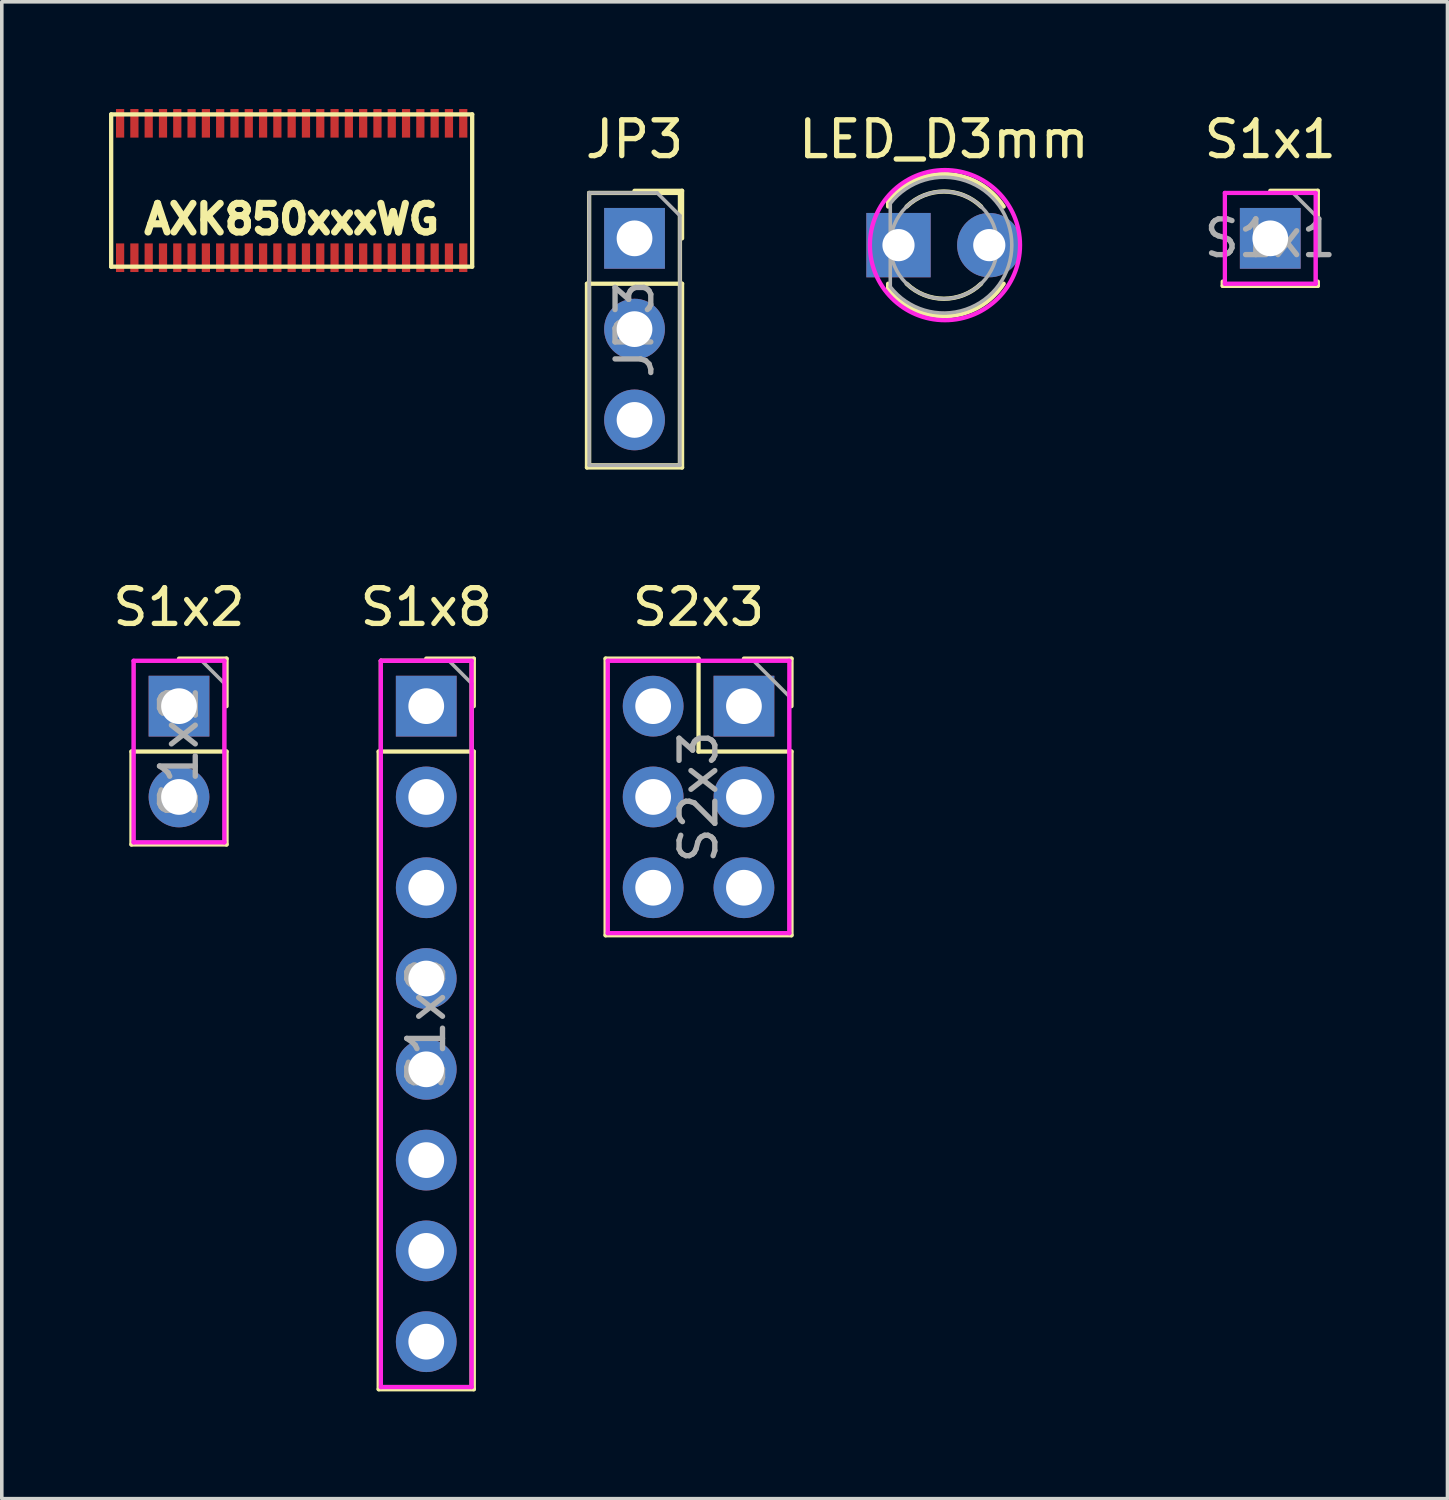
<source format=kicad_pcb>
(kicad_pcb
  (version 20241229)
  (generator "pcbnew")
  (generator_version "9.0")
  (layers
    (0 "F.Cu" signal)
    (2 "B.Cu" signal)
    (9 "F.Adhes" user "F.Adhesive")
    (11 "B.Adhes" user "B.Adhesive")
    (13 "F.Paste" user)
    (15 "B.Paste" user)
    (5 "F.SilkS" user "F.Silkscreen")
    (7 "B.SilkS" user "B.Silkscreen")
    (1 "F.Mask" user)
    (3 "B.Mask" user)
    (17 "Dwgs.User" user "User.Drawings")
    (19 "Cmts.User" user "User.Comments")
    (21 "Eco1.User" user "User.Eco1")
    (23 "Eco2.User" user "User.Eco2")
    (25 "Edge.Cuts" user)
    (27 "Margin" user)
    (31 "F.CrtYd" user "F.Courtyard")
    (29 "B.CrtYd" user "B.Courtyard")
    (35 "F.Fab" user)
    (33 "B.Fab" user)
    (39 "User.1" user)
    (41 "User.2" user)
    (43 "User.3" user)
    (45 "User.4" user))
  (footprint "LED_D3mm"
    (layer "F.Cu")
    (at 22.087 3.808)
    (property "Reference" "LED_D3mm" (at 1.27 -2.96 0) (layer "F.SilkS") (effects (font (size 1 1) (thickness 0.15))))
    (attr through_hole)
    (fp_line (start -0.29 -1.236) (end -0.29 -1.08) (stroke (width 0.12) (type solid)) (layer "F.SilkS"))
    (fp_line (start -0.29 1.08) (end -0.29 1.236) (stroke (width 0.12) (type solid)) (layer "F.SilkS"))
    (fp_arc (start -0.29 -1.235516) (mid 1.366487 -1.987659) (end 2.942335 -1.078608) (stroke (width 0.12) (type solid)) (layer "F.SilkS"))
    (fp_arc (start 0.229039 -1.08) (mid 1.270117 -1.5) (end 2.31113 -1.079837) (stroke (width 0.12) (type solid)) (layer "F.SilkS"))
    (fp_arc (start 2.31113 1.079837) (mid 1.270117 1.5) (end 0.229039 1.08) (stroke (width 0.12) (type solid)) (layer "F.SilkS"))
    (fp_arc (start 2.942335 1.078608) (mid 1.366487 1.987659) (end -0.29 1.235516) (stroke (width 0.12) (type solid)) (layer "F.SilkS"))
    (fp_circle (center 1.3 0) (end 1.3 -2.1) (stroke (width 0.12) (type solid)) (fill no) (layer "F.CrtYd"))
    (fp_line (start -0.23 -1.166) (end -0.23 1.166) (stroke (width 0.1) (type solid)) (layer "F.Fab"))
    (fp_arc (start -0.23 -1.16619) (mid 3.17 0.000452) (end -0.230555 1.165476) (stroke (width 0.1) (type solid)) (layer "F.Fab"))
    (fp_circle (center 1.27 0) (end 2.77 0) (stroke (width 0.1) (type solid)) (fill no) (layer "F.Fab"))
    (pad "1" thru_hole rect (at 0 0) (size 1.8 1.8) (drill 0.9) (layers "*.Cu" "*.Mask"))
    (pad "2" thru_hole circle (at 2.54 0) (size 1.8 1.8) (drill 0.9) (layers "*.Cu" "*.Mask")))
  (footprint "S1x8"
    (layer "F.Cu")
    (at 8.875 16.706)
    (property "Reference" "S1x8" (at 0 -2.77 0) (layer "F.SilkS") (effects (font (size 1 1) (thickness 0.15))))
    (attr through_hole)
    (fp_line (start -1.33 1.27) (end -1.33 19.11) (stroke (width 0.12) (type solid)) (layer "F.SilkS"))
    (fp_line (start -1.33 1.27) (end 1.33 1.27) (stroke (width 0.12) (type solid)) (layer "F.SilkS"))
    (fp_line (start -1.33 19.11) (end 1.33 19.11) (stroke (width 0.12) (type solid)) (layer "F.SilkS"))
    (fp_line (start -1.27 -1.27) (end 1.27 -1.27) (stroke (width 0.12) (type solid)) (layer "F.SilkS"))
    (fp_line (start -1.27 19.05) (end -1.27 -1.27) (stroke (width 0.12) (type solid)) (layer "F.SilkS"))
    (fp_line (start 0 -1.33) (end 1.33 -1.33) (stroke (width 0.12) (type solid)) (layer "F.SilkS"))
    (fp_line (start 1.27 -1.27) (end 1.27 19.05) (stroke (width 0.12) (type solid)) (layer "F.SilkS"))
    (fp_line (start 1.27 19.05) (end -1.27 19.05) (stroke (width 0.12) (type solid)) (layer "F.SilkS"))
    (fp_line (start 1.33 -1.33) (end 1.33 0) (stroke (width 0.12) (type solid)) (layer "F.SilkS"))
    (fp_line (start 1.33 1.27) (end 1.33 19.11) (stroke (width 0.12) (type solid)) (layer "F.SilkS"))
    (fp_line (start -1.27 -1.27) (end 1.27 -1.27) (stroke (width 0.12) (type solid)) (layer "F.CrtYd"))
    (fp_line (start -1.27 19.05) (end -1.27 -1.27) (stroke (width 0.12) (type solid)) (layer "F.CrtYd"))
    (fp_line (start 1.27 -1.27) (end 1.27 19.05) (stroke (width 0.12) (type solid)) (layer "F.CrtYd"))
    (fp_line (start 1.27 19.05) (end -1.27 19.05) (stroke (width 0.12) (type solid)) (layer "F.CrtYd"))
    (fp_line (start -1.27 -1.27) (end 0.635 -1.27) (stroke (width 0.1) (type solid)) (layer "F.Fab"))
    (fp_line (start -1.27 19.05) (end -1.27 -1.27) (stroke (width 0.1) (type solid)) (layer "F.Fab"))
    (fp_line (start 0.635 -1.27) (end 1.27 -0.635) (stroke (width 0.1) (type solid)) (layer "F.Fab"))
    (fp_line (start 1.27 -0.635) (end 1.27 19.05) (stroke (width 0.1) (type solid)) (layer "F.Fab"))
    (fp_line (start 1.27 19.05) (end -1.27 19.05) (stroke (width 0.1) (type solid)) (layer "F.Fab"))
    (fp_text user "${REFERENCE}" (at 0 8.89 90) (layer "F.Fab") (effects (font (size 1 1) (thickness 0.15))))
    (pad "1" thru_hole rect (at 0 0) (size 1.7 1.7) (drill 1) (layers "*.Cu" "*.Mask"))
    (pad "2" thru_hole oval (at 0 2.54) (size 1.7 1.7) (drill 1) (layers "*.Cu" "*.Mask"))
    (pad "3" thru_hole oval (at 0 5.08) (size 1.7 1.7) (drill 1) (layers "*.Cu" "*.Mask"))
    (pad "4" thru_hole oval (at 0 7.62) (size 1.7 1.7) (drill 1) (layers "*.Cu" "*.Mask"))
    (pad "5" thru_hole oval (at 0 10.16) (size 1.7 1.7) (drill 1) (layers "*.Cu" "*.Mask"))
    (pad "6" thru_hole oval (at 0 12.7) (size 1.7 1.7) (drill 1) (layers "*.Cu" "*.Mask"))
    (pad "7" thru_hole oval (at 0 15.24) (size 1.7 1.7) (drill 1) (layers "*.Cu" "*.Mask"))
    (pad "8" thru_hole oval (at 0 17.78) (size 1.7 1.7) (drill 1) (layers "*.Cu" "*.Mask")))
  (footprint "S1x1"
    (layer "F.Cu")
    (at 32.488 3.618)
    (property "Reference" "S1x1" (at 0 -2.77 0) (layer "F.SilkS") (effects (font (size 1 1) (thickness 0.15))))
    (attr through_hole)
    (fp_line (start -1.33 1.21) (end -1.33 1.33) (stroke (width 0.12) (type solid)) (layer "F.SilkS"))
    (fp_line (start -1.33 1.33) (end 1.33 1.33) (stroke (width 0.12) (type solid)) (layer "F.SilkS"))
    (fp_line (start 0 -1.33) (end 1.33 -1.33) (stroke (width 0.12) (type solid)) (layer "F.SilkS"))
    (fp_line (start 1.33 -1.33) (end 1.33 0) (stroke (width 0.12) (type solid)) (layer "F.SilkS"))
    (fp_line (start 1.33 1.21) (end 1.33 1.33) (stroke (width 0.12) (type solid)) (layer "F.SilkS"))
    (fp_line (start -1.27 -1.27) (end 1.27 -1.27) (stroke (width 0.12) (type solid)) (layer "F.CrtYd"))
    (fp_line (start -1.27 1.27) (end -1.27 -1.27) (stroke (width 0.12) (type solid)) (layer "F.CrtYd"))
    (fp_line (start 1.27 -1.27) (end 1.27 1.27) (stroke (width 0.12) (type solid)) (layer "F.CrtYd"))
    (fp_line (start 1.27 1.27) (end -1.27 1.27) (stroke (width 0.12) (type solid)) (layer "F.CrtYd"))
    (fp_line (start -1.27 -1.27) (end 0.635 -1.27) (stroke (width 0.1) (type solid)) (layer "F.Fab"))
    (fp_line (start -1.27 1.27) (end -1.27 -1.27) (stroke (width 0.1) (type solid)) (layer "F.Fab"))
    (fp_line (start 0.635 -1.27) (end 1.27 -0.635) (stroke (width 0.1) (type solid)) (layer "F.Fab"))
    (fp_line (start 1.27 -0.635) (end 1.27 1.27) (stroke (width 0.1) (type solid)) (layer "F.Fab"))
    (fp_line (start 1.27 1.27) (end -1.27 1.27) (stroke (width 0.1) (type solid)) (layer "F.Fab"))
    (fp_text user "${REFERENCE}" (at 0 0 0) (layer "F.Fab") (effects (font (size 1 1) (thickness 0.15))))
    (pad "1" thru_hole rect (at 0 0) (size 1.7 1.7) (drill 1) (layers "*.Cu" "*.Mask")))
  (footprint "JP3"
    (layer "F.Cu")
    (at 14.702 3.618)
    (property "Reference" "JP3" (at 0 -2.77 0) (layer "F.SilkS") (effects (font (size 1 1) (thickness 0.15))))
    (attr through_hole)
    (fp_line (start -1.33 1.27) (end -1.33 6.41) (stroke (width 0.12) (type solid)) (layer "F.SilkS"))
    (fp_line (start -1.33 1.27) (end 1.33 1.27) (stroke (width 0.12) (type solid)) (layer "F.SilkS"))
    (fp_line (start -1.33 6.41) (end 1.33 6.41) (stroke (width 0.12) (type solid)) (layer "F.SilkS"))
    (fp_line (start -1.27 -1.27) (end 1.27 -1.27) (stroke (width 0.12) (type solid)) (layer "F.SilkS"))
    (fp_line (start -1.27 6.35) (end -1.27 -1.27) (stroke (width 0.12) (type solid)) (layer "F.SilkS"))
    (fp_line (start 0 -1.33) (end 1.33 -1.33) (stroke (width 0.12) (type solid)) (layer "F.SilkS"))
    (fp_line (start 1.27 -1.27) (end 1.27 6.35) (stroke (width 0.12) (type solid)) (layer "F.SilkS"))
    (fp_line (start 1.27 6.35) (end -1.27 6.35) (stroke (width 0.12) (type solid)) (layer "F.SilkS"))
    (fp_line (start 1.33 -1.33) (end 1.33 0) (stroke (width 0.12) (type solid)) (layer "F.SilkS"))
    (fp_line (start 1.33 1.27) (end 1.33 6.41) (stroke (width 0.12) (type solid)) (layer "F.SilkS"))
    (fp_line (start -1.27 -1.27) (end 0.635 -1.27) (stroke (width 0.1) (type solid)) (layer "F.Fab"))
    (fp_line (start -1.27 6.35) (end -1.27 -1.27) (stroke (width 0.1) (type solid)) (layer "F.Fab"))
    (fp_line (start 0.635 -1.27) (end 1.27 -0.635) (stroke (width 0.1) (type solid)) (layer "F.Fab"))
    (fp_line (start 1.27 -0.635) (end 1.27 6.35) (stroke (width 0.1) (type solid)) (layer "F.Fab"))
    (fp_line (start 1.27 6.35) (end -1.27 6.35) (stroke (width 0.1) (type solid)) (layer "F.Fab"))
    (fp_text user "${REFERENCE}" (at 0 2.54 90) (layer "F.Fab") (effects (font (size 1 1) (thickness 0.15))))
    (pad "1" thru_hole rect (at 0 0) (size 1.7 1.7) (drill 1) (layers "*.Cu" "*.Mask"))
    (pad "2" thru_hole oval (at 0 2.54) (size 1.7 1.7) (drill 1) (layers "*.Cu" "*.Mask"))
    (pad "3" thru_hole oval (at 0 5.08) (size 1.7 1.7) (drill 1) (layers "*.Cu" "*.Mask")))
  (footprint "S2x3"
    (layer "F.Cu")
    (at 17.763 16.706)
    (property "Reference" "S2x3" (at -1.27 -2.77 0) (layer "F.SilkS") (effects (font (size 1 1) (thickness 0.15))))
    (attr through_hole)
    (fp_line (start -3.87 -1.33) (end -3.87 6.41) (stroke (width 0.12) (type solid)) (layer "F.SilkS"))
    (fp_line (start -3.87 -1.33) (end -1.27 -1.33) (stroke (width 0.12) (type solid)) (layer "F.SilkS"))
    (fp_line (start -3.87 6.41) (end 1.33 6.41) (stroke (width 0.12) (type solid)) (layer "F.SilkS"))
    (fp_line (start -1.27 -1.33) (end -1.27 1.27) (stroke (width 0.12) (type solid)) (layer "F.SilkS"))
    (fp_line (start -1.27 1.27) (end 1.33 1.27) (stroke (width 0.12) (type solid)) (layer "F.SilkS"))
    (fp_line (start 0 -1.33) (end 1.33 -1.33) (stroke (width 0.12) (type solid)) (layer "F.SilkS"))
    (fp_line (start 1.33 -1.33) (end 1.33 0) (stroke (width 0.12) (type solid)) (layer "F.SilkS"))
    (fp_line (start 1.33 1.27) (end 1.33 6.41) (stroke (width 0.12) (type solid)) (layer "F.SilkS"))
    (fp_line (start -3.81 -1.27) (end 1.27 -1.27) (stroke (width 0.12) (type solid)) (layer "F.CrtYd"))
    (fp_line (start -3.81 6.35) (end -3.81 -1.27) (stroke (width 0.12) (type solid)) (layer "F.CrtYd"))
    (fp_line (start 1.27 -1.27) (end 1.27 6.35) (stroke (width 0.12) (type solid)) (layer "F.CrtYd"))
    (fp_line (start 1.27 6.35) (end -3.81 6.35) (stroke (width 0.12) (type solid)) (layer "F.CrtYd"))
    (fp_line (start -3.81 -1.27) (end 0.27 -1.27) (stroke (width 0.1) (type solid)) (layer "F.Fab"))
    (fp_line (start -3.81 6.35) (end -3.81 -1.27) (stroke (width 0.1) (type solid)) (layer "F.Fab"))
    (fp_line (start 0.27 -1.27) (end 1.27 -0.27) (stroke (width 0.1) (type solid)) (layer "F.Fab"))
    (fp_line (start 1.27 -0.27) (end 1.27 6.35) (stroke (width 0.1) (type solid)) (layer "F.Fab"))
    (fp_line (start 1.27 6.35) (end -3.81 6.35) (stroke (width 0.1) (type solid)) (layer "F.Fab"))
    (fp_text user "${REFERENCE}" (at -1.27 2.54 90) (layer "F.Fab") (effects (font (size 1 1) (thickness 0.15))))
    (pad "1" thru_hole rect (at 0 0) (size 1.7 1.7) (drill 1) (layers "*.Cu" "*.Mask"))
    (pad "2" thru_hole oval (at -2.54 0) (size 1.7 1.7) (drill 1) (layers "*.Cu" "*.Mask"))
    (pad "3" thru_hole oval (at 0 2.54) (size 1.7 1.7) (drill 1) (layers "*.Cu" "*.Mask"))
    (pad "4" thru_hole oval (at -2.54 2.54) (size 1.7 1.7) (drill 1) (layers "*.Cu" "*.Mask"))
    (pad "5" thru_hole oval (at 0 5.08) (size 1.7 1.7) (drill 1) (layers "*.Cu" "*.Mask"))
    (pad "6" thru_hole oval (at -2.54 5.08) (size 1.7 1.7) (drill 1) (layers "*.Cu" "*.Mask")))
  (footprint "AXK850xxxWG"
    (layer "F.Cu")
    (at 5.11 2.28)
    (property "Reference" "AXK850xxxWG" (at 0 0.8 0) (layer "F.SilkS") (effects (font (size 0.8 0.8) (thickness 0.2))))
    (attr through_hole)
    (fp_line (start -5.05 -2.13) (end -5.05 2.13) (stroke (width 0.12) (type solid)) (layer "F.SilkS"))
    (fp_line (start -5.05 2.13) (end 5.05 2.13) (stroke (width 0.12) (type solid)) (layer "F.SilkS"))
    (fp_line (start 5.05 -2.13) (end -5.05 -2.13) (stroke (width 0.12) (type solid)) (layer "F.SilkS"))
    (fp_line (start 5.05 2.13) (end 5.05 -2.13) (stroke (width 0.12) (type solid)) (layer "F.SilkS"))
    (pad "1" smd rect (at -4.8 1.88) (size 0.23 0.8) (layers "F.Cu" "F.Mask" "F.Paste"))
    (pad "2" smd rect (at -4.8 -1.88 180) (size 0.23 0.8) (layers "F.Cu" "F.Mask" "F.Paste"))
    (pad "3" smd rect (at -4.4 1.88) (size 0.23 0.8) (layers "F.Cu" "F.Mask" "F.Paste"))
    (pad "4" smd rect (at -4.4 -1.88 180) (size 0.23 0.8) (layers "F.Cu" "F.Mask" "F.Paste"))
    (pad "5" smd rect (at -4 1.88) (size 0.23 0.8) (layers "F.Cu" "F.Mask" "F.Paste"))
    (pad "6" smd rect (at -4 -1.88 180) (size 0.23 0.8) (layers "F.Cu" "F.Mask" "F.Paste"))
    (pad "7" smd rect (at -3.6 1.88) (size 0.23 0.8) (layers "F.Cu" "F.Mask" "F.Paste"))
    (pad "8" smd rect (at -3.6 -1.88 180) (size 0.23 0.8) (layers "F.Cu" "F.Mask" "F.Paste"))
    (pad "9" smd rect (at -3.2 1.88) (size 0.23 0.8) (layers "F.Cu" "F.Mask" "F.Paste"))
    (pad "10" smd rect (at -3.2 -1.88 180) (size 0.23 0.8) (layers "F.Cu" "F.Mask" "F.Paste"))
    (pad "11" smd rect (at -2.8 1.88) (size 0.23 0.8) (layers "F.Cu" "F.Mask" "F.Paste"))
    (pad "12" smd rect (at -2.8 -1.88 180) (size 0.23 0.8) (layers "F.Cu" "F.Mask" "F.Paste"))
    (pad "13" smd rect (at -2.4 1.88) (size 0.23 0.8) (layers "F.Cu" "F.Mask" "F.Paste"))
    (pad "14" smd rect (at -2.4 -1.88 180) (size 0.23 0.8) (layers "F.Cu" "F.Mask" "F.Paste"))
    (pad "15" smd rect (at -2 1.88) (size 0.23 0.8) (layers "F.Cu" "F.Mask" "F.Paste"))
    (pad "16" smd rect (at -2 -1.88 180) (size 0.23 0.8) (layers "F.Cu" "F.Mask" "F.Paste"))
    (pad "17" smd rect (at -1.6 1.88) (size 0.23 0.8) (layers "F.Cu" "F.Mask" "F.Paste"))
    (pad "18" smd rect (at -1.6 -1.88 180) (size 0.23 0.8) (layers "F.Cu" "F.Mask" "F.Paste"))
    (pad "19" smd rect (at -1.2 1.88) (size 0.23 0.8) (layers "F.Cu" "F.Mask" "F.Paste"))
    (pad "20" smd rect (at -1.2 -1.88 180) (size 0.23 0.8) (layers "F.Cu" "F.Mask" "F.Paste"))
    (pad "21" smd rect (at -0.8 1.88) (size 0.23 0.8) (layers "F.Cu" "F.Mask" "F.Paste"))
    (pad "22" smd rect (at -0.8 -1.88 180) (size 0.23 0.8) (layers "F.Cu" "F.Mask" "F.Paste"))
    (pad "23" smd rect (at -0.4 1.88) (size 0.23 0.8) (layers "F.Cu" "F.Mask" "F.Paste"))
    (pad "24" smd rect (at -0.4 -1.88 180) (size 0.23 0.8) (layers "F.Cu" "F.Mask" "F.Paste"))
    (pad "25" smd rect (at 0 1.88) (size 0.23 0.8) (layers "F.Cu" "F.Mask" "F.Paste"))
    (pad "26" smd rect (at 0 -1.88 180) (size 0.23 0.8) (layers "F.Cu" "F.Mask" "F.Paste"))
    (pad "27" smd rect (at 0.4 1.88) (size 0.23 0.8) (layers "F.Cu" "F.Mask" "F.Paste"))
    (pad "28" smd rect (at 0.4 -1.88 180) (size 0.23 0.8) (layers "F.Cu" "F.Mask" "F.Paste"))
    (pad "29" smd rect (at 0.8 1.88) (size 0.23 0.8) (layers "F.Cu" "F.Mask" "F.Paste"))
    (pad "30" smd rect (at 0.8 -1.88 180) (size 0.23 0.8) (layers "F.Cu" "F.Mask" "F.Paste"))
    (pad "31" smd rect (at 1.2 1.88) (size 0.23 0.8) (layers "F.Cu" "F.Mask" "F.Paste"))
    (pad "32" smd rect (at 1.2 -1.88 180) (size 0.23 0.8) (layers "F.Cu" "F.Mask" "F.Paste"))
    (pad "33" smd rect (at 1.6 1.88) (size 0.23 0.8) (layers "F.Cu" "F.Mask" "F.Paste"))
    (pad "34" smd rect (at 1.6 -1.88 180) (size 0.23 0.8) (layers "F.Cu" "F.Mask" "F.Paste"))
    (pad "35" smd rect (at 2 1.88) (size 0.23 0.8) (layers "F.Cu" "F.Mask" "F.Paste"))
    (pad "36" smd rect (at 2 -1.88 180) (size 0.23 0.8) (layers "F.Cu" "F.Mask" "F.Paste"))
    (pad "37" smd rect (at 2.4 1.88) (size 0.23 0.8) (layers "F.Cu" "F.Mask" "F.Paste"))
    (pad "38" smd rect (at 2.4 -1.88 180) (size 0.23 0.8) (layers "F.Cu" "F.Mask" "F.Paste"))
    (pad "39" smd rect (at 2.8 1.88) (size 0.23 0.8) (layers "F.Cu" "F.Mask" "F.Paste"))
    (pad "40" smd rect (at 2.8 -1.88 180) (size 0.23 0.8) (layers "F.Cu" "F.Mask" "F.Paste"))
    (pad "41" smd rect (at 3.2 1.88) (size 0.23 0.8) (layers "F.Cu" "F.Mask" "F.Paste"))
    (pad "42" smd rect (at 3.2 -1.88 180) (size 0.23 0.8) (layers "F.Cu" "F.Mask" "F.Paste"))
    (pad "43" smd rect (at 3.6 1.88) (size 0.23 0.8) (layers "F.Cu" "F.Mask" "F.Paste"))
    (pad "44" smd rect (at 3.6 -1.88 180) (size 0.23 0.8) (layers "F.Cu" "F.Mask" "F.Paste"))
    (pad "45" smd rect (at 4 1.88) (size 0.23 0.8) (layers "F.Cu" "F.Mask" "F.Paste"))
    (pad "46" smd rect (at 4 -1.88 180) (size 0.23 0.8) (layers "F.Cu" "F.Mask" "F.Paste"))
    (pad "47" smd rect (at 4.4 1.88) (size 0.23 0.8) (layers "F.Cu" "F.Mask" "F.Paste"))
    (pad "48" smd rect (at 4.4 -1.88 180) (size 0.23 0.8) (layers "F.Cu" "F.Mask" "F.Paste"))
    (pad "49" smd rect (at 4.8 1.88) (size 0.23 0.8) (layers "F.Cu" "F.Mask" "F.Paste"))
    (pad "50" smd rect (at 4.8 -1.88 180) (size 0.23 0.8) (layers "F.Cu" "F.Mask" "F.Paste")))
  (footprint "S1x2"
    (layer "F.Cu")
    (at 1.958 16.706)
    (property "Reference" "S1x2" (at 0 -2.77 0) (layer "F.SilkS") (effects (font (size 1 1) (thickness 0.15))))
    (attr through_hole)
    (fp_line (start -1.33 1.27) (end -1.33 3.87) (stroke (width 0.12) (type solid)) (layer "F.SilkS"))
    (fp_line (start -1.33 1.27) (end 1.33 1.27) (stroke (width 0.12) (type solid)) (layer "F.SilkS"))
    (fp_line (start -1.33 3.87) (end 1.33 3.87) (stroke (width 0.12) (type solid)) (layer "F.SilkS"))
    (fp_line (start 0 -1.33) (end 1.33 -1.33) (stroke (width 0.12) (type solid)) (layer "F.SilkS"))
    (fp_line (start 1.33 -1.33) (end 1.33 0) (stroke (width 0.12) (type solid)) (layer "F.SilkS"))
    (fp_line (start 1.33 1.27) (end 1.33 3.87) (stroke (width 0.12) (type solid)) (layer "F.SilkS"))
    (fp_line (start -1.27 -1.27) (end 1.27 -1.27) (stroke (width 0.12) (type solid)) (layer "F.CrtYd"))
    (fp_line (start -1.27 3.81) (end -1.27 -1.27) (stroke (width 0.12) (type solid)) (layer "F.CrtYd"))
    (fp_line (start 1.27 -1.27) (end 1.27 3.81) (stroke (width 0.12) (type solid)) (layer "F.CrtYd"))
    (fp_line (start 1.27 3.81) (end -1.27 3.81) (stroke (width 0.12) (type solid)) (layer "F.CrtYd"))
    (fp_line (start -1.27 -1.27) (end 0.635 -1.27) (stroke (width 0.1) (type solid)) (layer "F.Fab"))
    (fp_line (start -1.27 3.81) (end -1.27 -1.27) (stroke (width 0.1) (type solid)) (layer "F.Fab"))
    (fp_line (start 0.635 -1.27) (end 1.27 -0.635) (stroke (width 0.1) (type solid)) (layer "F.Fab"))
    (fp_line (start 1.27 -0.635) (end 1.27 3.81) (stroke (width 0.1) (type solid)) (layer "F.Fab"))
    (fp_line (start 1.27 3.81) (end -1.27 3.81) (stroke (width 0.1) (type solid)) (layer "F.Fab"))
    (fp_text user "${REFERENCE}" (at 0 1.27 90) (layer "F.Fab") (effects (font (size 1 1) (thickness 0.15))))
    (pad "1" thru_hole rect (at 0 0) (size 1.7 1.7) (drill 1) (layers "*.Cu" "*.Mask"))
    (pad "2" thru_hole oval (at 0 2.54) (size 1.7 1.7) (drill 1) (layers "*.Cu" "*.Mask")))
  (gr_rect
    (start -3 -3)
    (end 37.446 38.877)
    (stroke (width 0.1) (type default))
    (fill no)
    (layer "Edge.Cuts")))
</source>
